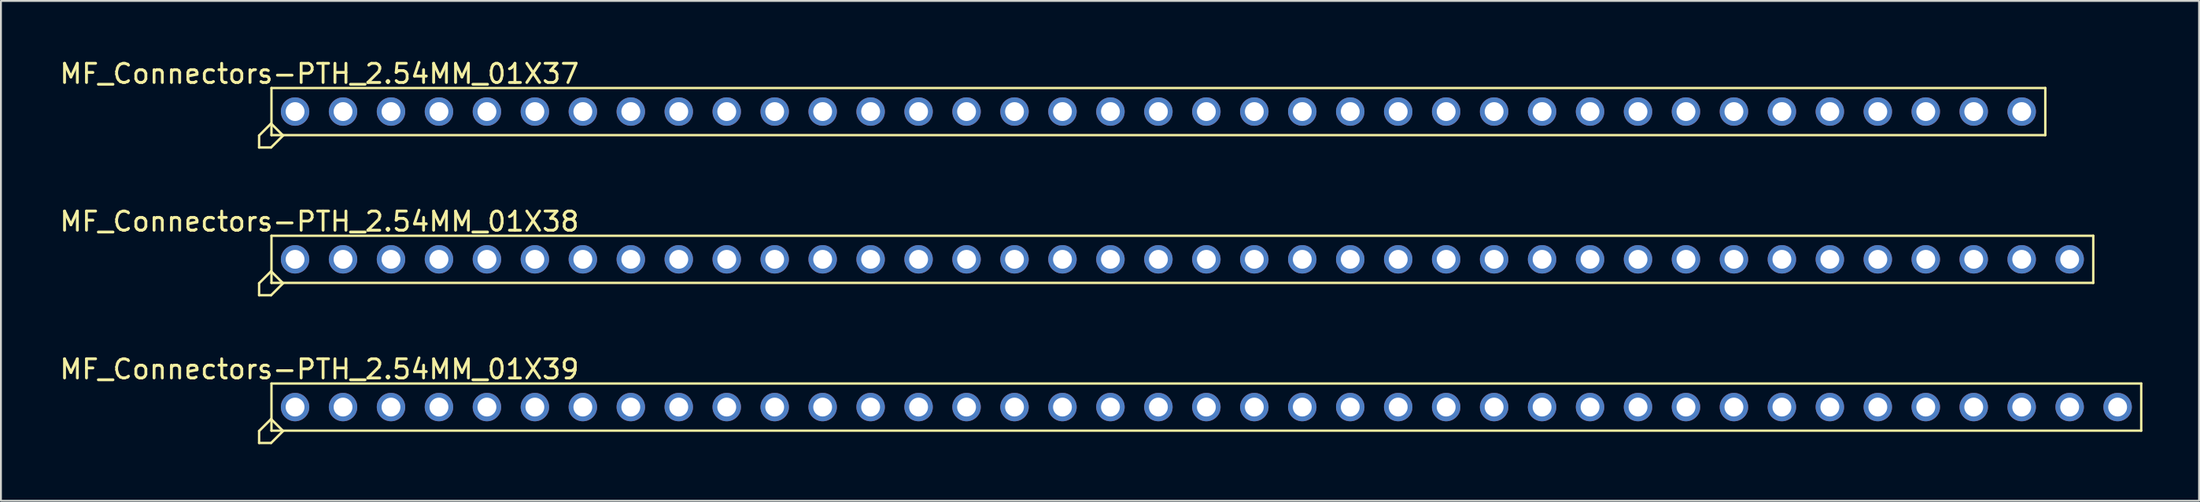
<source format=kicad_pcb>
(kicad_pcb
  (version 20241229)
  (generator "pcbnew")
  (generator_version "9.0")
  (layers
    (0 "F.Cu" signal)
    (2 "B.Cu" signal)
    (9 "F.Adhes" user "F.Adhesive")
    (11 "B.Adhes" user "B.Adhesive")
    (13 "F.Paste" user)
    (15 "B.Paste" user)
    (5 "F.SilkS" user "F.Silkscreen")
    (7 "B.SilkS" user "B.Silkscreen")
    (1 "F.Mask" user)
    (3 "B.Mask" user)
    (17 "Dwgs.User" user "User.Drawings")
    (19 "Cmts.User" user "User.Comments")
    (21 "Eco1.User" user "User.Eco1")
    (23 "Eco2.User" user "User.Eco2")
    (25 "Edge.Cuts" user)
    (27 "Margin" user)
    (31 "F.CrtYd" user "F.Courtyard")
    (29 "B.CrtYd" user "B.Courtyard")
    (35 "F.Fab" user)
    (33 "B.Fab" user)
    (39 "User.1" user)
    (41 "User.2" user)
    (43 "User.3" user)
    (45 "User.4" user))
  (footprint "MF_Connectors-PTH_2.54MM_01X38"
    (layer "F.Cu")
    (at 59.567 10.705)
    (property "Reference" "MF_Connectors-PTH_2.54MM_01X38" (at -45.7 -2.007 0) (layer "F.SilkS") (effects (font (size 1.016 1.016) (thickness 0.152))))
    (attr exclude_from_pos_files exclude_from_bom)
    (fp_line (start -48.895 1.27) (end -48.895 1.905) (stroke (width 0.127) (type solid)) (layer "F.SilkS"))
    (fp_line (start -48.895 1.905) (end -48.26 1.905) (stroke (width 0.127) (type solid)) (layer "F.SilkS"))
    (fp_line (start -48.26 0.635) (end -48.895 1.27) (stroke (width 0.127) (type solid)) (layer "F.SilkS"))
    (fp_line (start -48.26 1.905) (end -47.625 1.27) (stroke (width 0.127) (type solid)) (layer "F.SilkS"))
    (fp_line (start -48.24 -1.25) (end 48.24 -1.25) (stroke (width 0.127) (type solid)) (layer "F.SilkS"))
    (fp_line (start -48.24 1.25) (end -48.24 -1.25) (stroke (width 0.127) (type solid)) (layer "F.SilkS"))
    (fp_line (start -47.625 1.27) (end -48.26 0.635) (stroke (width 0.127) (type solid)) (layer "F.SilkS"))
    (fp_line (start 48.24 -1.25) (end 48.24 1.25) (stroke (width 0.127) (type solid)) (layer "F.SilkS"))
    (fp_line (start 48.24 1.25) (end -48.24 1.25) (stroke (width 0.127) (type solid)) (layer "F.SilkS"))
    (pad "1" thru_hole circle (at -46.99 0) (size 1.506 1.506) (drill 0.998) (layers "*.Cu" "*.Mask"))
    (pad "2" thru_hole circle (at -44.45 0) (size 1.506 1.506) (drill 0.998) (layers "*.Cu" "*.Mask"))
    (pad "3" thru_hole circle (at -41.91 0) (size 1.506 1.506) (drill 0.998) (layers "*.Cu" "*.Mask"))
    (pad "4" thru_hole circle (at -39.37 0) (size 1.506 1.506) (drill 0.998) (layers "*.Cu" "*.Mask"))
    (pad "5" thru_hole circle (at -36.83 0) (size 1.506 1.506) (drill 0.998) (layers "*.Cu" "*.Mask"))
    (pad "6" thru_hole circle (at -34.29 0) (size 1.506 1.506) (drill 0.998) (layers "*.Cu" "*.Mask"))
    (pad "7" thru_hole circle (at -31.75 0) (size 1.506 1.506) (drill 0.998) (layers "*.Cu" "*.Mask"))
    (pad "8" thru_hole circle (at -29.21 0) (size 1.506 1.506) (drill 0.998) (layers "*.Cu" "*.Mask"))
    (pad "9" thru_hole circle (at -26.67 0) (size 1.506 1.506) (drill 0.998) (layers "*.Cu" "*.Mask"))
    (pad "10" thru_hole circle (at -24.13 0) (size 1.506 1.506) (drill 0.998) (layers "*.Cu" "*.Mask"))
    (pad "11" thru_hole circle (at -21.59 0) (size 1.506 1.506) (drill 0.998) (layers "*.Cu" "*.Mask"))
    (pad "12" thru_hole circle (at -19.05 0) (size 1.506 1.506) (drill 0.998) (layers "*.Cu" "*.Mask"))
    (pad "13" thru_hole circle (at -16.51 0) (size 1.506 1.506) (drill 0.998) (layers "*.Cu" "*.Mask"))
    (pad "14" thru_hole circle (at -13.97 0) (size 1.506 1.506) (drill 0.998) (layers "*.Cu" "*.Mask"))
    (pad "15" thru_hole circle (at -11.43 0) (size 1.506 1.506) (drill 0.998) (layers "*.Cu" "*.Mask"))
    (pad "16" thru_hole circle (at -8.89 0) (size 1.506 1.506) (drill 0.998) (layers "*.Cu" "*.Mask"))
    (pad "17" thru_hole circle (at -6.35 0) (size 1.506 1.506) (drill 0.998) (layers "*.Cu" "*.Mask"))
    (pad "18" thru_hole circle (at -3.81 0) (size 1.506 1.506) (drill 0.998) (layers "*.Cu" "*.Mask"))
    (pad "19" thru_hole circle (at -1.27 0) (size 1.506 1.506) (drill 0.998) (layers "*.Cu" "*.Mask"))
    (pad "20" thru_hole circle (at 1.27 0) (size 1.506 1.506) (drill 0.998) (layers "*.Cu" "*.Mask"))
    (pad "21" thru_hole circle (at 3.81 0) (size 1.506 1.506) (drill 0.998) (layers "*.Cu" "*.Mask"))
    (pad "22" thru_hole circle (at 6.35 0) (size 1.506 1.506) (drill 0.998) (layers "*.Cu" "*.Mask"))
    (pad "23" thru_hole circle (at 8.89 0) (size 1.506 1.506) (drill 0.998) (layers "*.Cu" "*.Mask"))
    (pad "24" thru_hole circle (at 11.43 0) (size 1.506 1.506) (drill 0.998) (layers "*.Cu" "*.Mask"))
    (pad "25" thru_hole circle (at 13.97 0) (size 1.506 1.506) (drill 0.998) (layers "*.Cu" "*.Mask"))
    (pad "26" thru_hole circle (at 16.51 0) (size 1.506 1.506) (drill 0.998) (layers "*.Cu" "*.Mask"))
    (pad "27" thru_hole circle (at 19.05 0) (size 1.506 1.506) (drill 0.998) (layers "*.Cu" "*.Mask"))
    (pad "28" thru_hole circle (at 21.59 0) (size 1.506 1.506) (drill 0.998) (layers "*.Cu" "*.Mask"))
    (pad "29" thru_hole circle (at 24.13 0) (size 1.506 1.506) (drill 0.998) (layers "*.Cu" "*.Mask"))
    (pad "30" thru_hole circle (at 26.67 0) (size 1.506 1.506) (drill 0.998) (layers "*.Cu" "*.Mask"))
    (pad "31" thru_hole circle (at 29.21 0) (size 1.506 1.506) (drill 0.998) (layers "*.Cu" "*.Mask"))
    (pad "32" thru_hole circle (at 31.75 0) (size 1.506 1.506) (drill 0.998) (layers "*.Cu" "*.Mask"))
    (pad "33" thru_hole circle (at 34.29 0) (size 1.506 1.506) (drill 0.998) (layers "*.Cu" "*.Mask"))
    (pad "34" thru_hole circle (at 36.83 0) (size 1.506 1.506) (drill 0.998) (layers "*.Cu" "*.Mask"))
    (pad "35" thru_hole circle (at 39.37 0) (size 1.506 1.506) (drill 0.998) (layers "*.Cu" "*.Mask"))
    (pad "36" thru_hole circle (at 41.91 0) (size 1.506 1.506) (drill 0.998) (layers "*.Cu" "*.Mask"))
    (pad "37" thru_hole circle (at 44.45 0) (size 1.506 1.506) (drill 0.998) (layers "*.Cu" "*.Mask"))
    (pad "38" thru_hole circle (at 46.99 0) (size 1.506 1.506) (drill 0.998) (layers "*.Cu" "*.Mask")))
  (footprint "MF_Connectors-PTH_2.54MM_01X37"
    (layer "F.Cu")
    (at 58.297 2.868)
    (property "Reference" "MF_Connectors-PTH_2.54MM_01X37" (at -44.43 -2.007 0) (layer "F.SilkS") (effects (font (size 1.016 1.016) (thickness 0.152))))
    (attr exclude_from_pos_files exclude_from_bom)
    (fp_line (start -47.625 1.27) (end -47.625 1.905) (stroke (width 0.127) (type solid)) (layer "F.SilkS"))
    (fp_line (start -47.625 1.905) (end -46.99 1.905) (stroke (width 0.127) (type solid)) (layer "F.SilkS"))
    (fp_line (start -46.99 0.635) (end -47.625 1.27) (stroke (width 0.127) (type solid)) (layer "F.SilkS"))
    (fp_line (start -46.99 1.905) (end -46.355 1.27) (stroke (width 0.127) (type solid)) (layer "F.SilkS"))
    (fp_line (start -46.97 -1.25) (end 46.97 -1.25) (stroke (width 0.127) (type solid)) (layer "F.SilkS"))
    (fp_line (start -46.97 1.25) (end -46.97 -1.25) (stroke (width 0.127) (type solid)) (layer "F.SilkS"))
    (fp_line (start -46.355 1.27) (end -46.99 0.635) (stroke (width 0.127) (type solid)) (layer "F.SilkS"))
    (fp_line (start 46.97 -1.25) (end 46.97 1.25) (stroke (width 0.127) (type solid)) (layer "F.SilkS"))
    (fp_line (start 46.97 1.25) (end -46.97 1.25) (stroke (width 0.127) (type solid)) (layer "F.SilkS"))
    (pad "1" thru_hole circle (at -45.72 0) (size 1.506 1.506) (drill 0.998) (layers "*.Cu" "*.Mask"))
    (pad "2" thru_hole circle (at -43.18 0) (size 1.506 1.506) (drill 0.998) (layers "*.Cu" "*.Mask"))
    (pad "3" thru_hole circle (at -40.64 0) (size 1.506 1.506) (drill 0.998) (layers "*.Cu" "*.Mask"))
    (pad "4" thru_hole circle (at -38.1 0) (size 1.506 1.506) (drill 0.998) (layers "*.Cu" "*.Mask"))
    (pad "5" thru_hole circle (at -35.56 0) (size 1.506 1.506) (drill 0.998) (layers "*.Cu" "*.Mask"))
    (pad "6" thru_hole circle (at -33.02 0) (size 1.506 1.506) (drill 0.998) (layers "*.Cu" "*.Mask"))
    (pad "7" thru_hole circle (at -30.48 0) (size 1.506 1.506) (drill 0.998) (layers "*.Cu" "*.Mask"))
    (pad "8" thru_hole circle (at -27.94 0) (size 1.506 1.506) (drill 0.998) (layers "*.Cu" "*.Mask"))
    (pad "9" thru_hole circle (at -25.4 0) (size 1.506 1.506) (drill 0.998) (layers "*.Cu" "*.Mask"))
    (pad "10" thru_hole circle (at -22.86 0) (size 1.506 1.506) (drill 0.998) (layers "*.Cu" "*.Mask"))
    (pad "11" thru_hole circle (at -20.32 0) (size 1.506 1.506) (drill 0.998) (layers "*.Cu" "*.Mask"))
    (pad "12" thru_hole circle (at -17.78 0) (size 1.506 1.506) (drill 0.998) (layers "*.Cu" "*.Mask"))
    (pad "13" thru_hole circle (at -15.24 0) (size 1.506 1.506) (drill 0.998) (layers "*.Cu" "*.Mask"))
    (pad "14" thru_hole circle (at -12.7 0) (size 1.506 1.506) (drill 0.998) (layers "*.Cu" "*.Mask"))
    (pad "15" thru_hole circle (at -10.16 0) (size 1.506 1.506) (drill 0.998) (layers "*.Cu" "*.Mask"))
    (pad "16" thru_hole circle (at -7.62 0) (size 1.506 1.506) (drill 0.998) (layers "*.Cu" "*.Mask"))
    (pad "17" thru_hole circle (at -5.08 0) (size 1.506 1.506) (drill 0.998) (layers "*.Cu" "*.Mask"))
    (pad "18" thru_hole circle (at -2.54 0) (size 1.506 1.506) (drill 0.998) (layers "*.Cu" "*.Mask"))
    (pad "19" thru_hole circle (at 0 0) (size 1.506 1.506) (drill 0.998) (layers "*.Cu" "*.Mask"))
    (pad "20" thru_hole circle (at 2.54 0) (size 1.506 1.506) (drill 0.998) (layers "*.Cu" "*.Mask"))
    (pad "21" thru_hole circle (at 5.08 0) (size 1.506 1.506) (drill 0.998) (layers "*.Cu" "*.Mask"))
    (pad "22" thru_hole circle (at 7.62 0) (size 1.506 1.506) (drill 0.998) (layers "*.Cu" "*.Mask"))
    (pad "23" thru_hole circle (at 10.16 0) (size 1.506 1.506) (drill 0.998) (layers "*.Cu" "*.Mask"))
    (pad "24" thru_hole circle (at 12.7 0) (size 1.506 1.506) (drill 0.998) (layers "*.Cu" "*.Mask"))
    (pad "25" thru_hole circle (at 15.24 0) (size 1.506 1.506) (drill 0.998) (layers "*.Cu" "*.Mask"))
    (pad "26" thru_hole circle (at 17.78 0) (size 1.506 1.506) (drill 0.998) (layers "*.Cu" "*.Mask"))
    (pad "27" thru_hole circle (at 20.32 0) (size 1.506 1.506) (drill 0.998) (layers "*.Cu" "*.Mask"))
    (pad "28" thru_hole circle (at 22.86 0) (size 1.506 1.506) (drill 0.998) (layers "*.Cu" "*.Mask"))
    (pad "29" thru_hole circle (at 25.4 0) (size 1.506 1.506) (drill 0.998) (layers "*.Cu" "*.Mask"))
    (pad "30" thru_hole circle (at 27.94 0) (size 1.506 1.506) (drill 0.998) (layers "*.Cu" "*.Mask"))
    (pad "31" thru_hole circle (at 30.48 0) (size 1.506 1.506) (drill 0.998) (layers "*.Cu" "*.Mask"))
    (pad "32" thru_hole circle (at 33.02 0) (size 1.506 1.506) (drill 0.998) (layers "*.Cu" "*.Mask"))
    (pad "33" thru_hole circle (at 35.56 0) (size 1.506 1.506) (drill 0.998) (layers "*.Cu" "*.Mask"))
    (pad "34" thru_hole circle (at 38.1 0) (size 1.506 1.506) (drill 0.998) (layers "*.Cu" "*.Mask"))
    (pad "35" thru_hole circle (at 40.64 0) (size 1.506 1.506) (drill 0.998) (layers "*.Cu" "*.Mask"))
    (pad "36" thru_hole circle (at 43.18 0) (size 1.506 1.506) (drill 0.998) (layers "*.Cu" "*.Mask"))
    (pad "37" thru_hole circle (at 45.72 0) (size 1.506 1.506) (drill 0.998) (layers "*.Cu" "*.Mask")))
  (footprint "MF_Connectors-PTH_2.54MM_01X39"
    (layer "F.Cu")
    (at 60.837 18.542)
    (property "Reference" "MF_Connectors-PTH_2.54MM_01X39" (at -46.97 -2.007 0) (layer "F.SilkS") (effects (font (size 1.016 1.016) (thickness 0.152))))
    (attr exclude_from_pos_files exclude_from_bom)
    (fp_line (start -50.165 1.27) (end -50.165 1.905) (stroke (width 0.127) (type solid)) (layer "F.SilkS"))
    (fp_line (start -50.165 1.905) (end -49.53 1.905) (stroke (width 0.127) (type solid)) (layer "F.SilkS"))
    (fp_line (start -49.53 0.635) (end -50.165 1.27) (stroke (width 0.127) (type solid)) (layer "F.SilkS"))
    (fp_line (start -49.53 1.905) (end -48.895 1.27) (stroke (width 0.127) (type solid)) (layer "F.SilkS"))
    (fp_line (start -49.51 -1.25) (end 49.51 -1.25) (stroke (width 0.127) (type solid)) (layer "F.SilkS"))
    (fp_line (start -49.51 1.25) (end -49.51 -1.25) (stroke (width 0.127) (type solid)) (layer "F.SilkS"))
    (fp_line (start -48.895 1.27) (end -49.53 0.635) (stroke (width 0.127) (type solid)) (layer "F.SilkS"))
    (fp_line (start 49.51 -1.25) (end 49.51 1.25) (stroke (width 0.127) (type solid)) (layer "F.SilkS"))
    (fp_line (start 49.51 1.25) (end -49.51 1.25) (stroke (width 0.127) (type solid)) (layer "F.SilkS"))
    (pad "1" thru_hole circle (at -48.26 0) (size 1.506 1.506) (drill 0.998) (layers "*.Cu" "*.Mask"))
    (pad "2" thru_hole circle (at -45.72 0) (size 1.506 1.506) (drill 0.998) (layers "*.Cu" "*.Mask"))
    (pad "3" thru_hole circle (at -43.18 0) (size 1.506 1.506) (drill 0.998) (layers "*.Cu" "*.Mask"))
    (pad "4" thru_hole circle (at -40.64 0) (size 1.506 1.506) (drill 0.998) (layers "*.Cu" "*.Mask"))
    (pad "5" thru_hole circle (at -38.1 0) (size 1.506 1.506) (drill 0.998) (layers "*.Cu" "*.Mask"))
    (pad "6" thru_hole circle (at -35.56 0) (size 1.506 1.506) (drill 0.998) (layers "*.Cu" "*.Mask"))
    (pad "7" thru_hole circle (at -33.02 0) (size 1.506 1.506) (drill 0.998) (layers "*.Cu" "*.Mask"))
    (pad "8" thru_hole circle (at -30.48 0) (size 1.506 1.506) (drill 0.998) (layers "*.Cu" "*.Mask"))
    (pad "9" thru_hole circle (at -27.94 0) (size 1.506 1.506) (drill 0.998) (layers "*.Cu" "*.Mask"))
    (pad "10" thru_hole circle (at -25.4 0) (size 1.506 1.506) (drill 0.998) (layers "*.Cu" "*.Mask"))
    (pad "11" thru_hole circle (at -22.86 0) (size 1.506 1.506) (drill 0.998) (layers "*.Cu" "*.Mask"))
    (pad "12" thru_hole circle (at -20.32 0) (size 1.506 1.506) (drill 0.998) (layers "*.Cu" "*.Mask"))
    (pad "13" thru_hole circle (at -17.78 0) (size 1.506 1.506) (drill 0.998) (layers "*.Cu" "*.Mask"))
    (pad "14" thru_hole circle (at -15.24 0) (size 1.506 1.506) (drill 0.998) (layers "*.Cu" "*.Mask"))
    (pad "15" thru_hole circle (at -12.7 0) (size 1.506 1.506) (drill 0.998) (layers "*.Cu" "*.Mask"))
    (pad "16" thru_hole circle (at -10.16 0) (size 1.506 1.506) (drill 0.998) (layers "*.Cu" "*.Mask"))
    (pad "17" thru_hole circle (at -7.62 0) (size 1.506 1.506) (drill 0.998) (layers "*.Cu" "*.Mask"))
    (pad "18" thru_hole circle (at -5.08 0) (size 1.506 1.506) (drill 0.998) (layers "*.Cu" "*.Mask"))
    (pad "19" thru_hole circle (at -2.54 0) (size 1.506 1.506) (drill 0.998) (layers "*.Cu" "*.Mask"))
    (pad "20" thru_hole circle (at 0 0) (size 1.506 1.506) (drill 0.998) (layers "*.Cu" "*.Mask"))
    (pad "21" thru_hole circle (at 2.54 0) (size 1.506 1.506) (drill 0.998) (layers "*.Cu" "*.Mask"))
    (pad "22" thru_hole circle (at 5.08 0) (size 1.506 1.506) (drill 0.998) (layers "*.Cu" "*.Mask"))
    (pad "23" thru_hole circle (at 7.62 0) (size 1.506 1.506) (drill 0.998) (layers "*.Cu" "*.Mask"))
    (pad "24" thru_hole circle (at 10.16 0) (size 1.506 1.506) (drill 0.998) (layers "*.Cu" "*.Mask"))
    (pad "25" thru_hole circle (at 12.7 0) (size 1.506 1.506) (drill 0.998) (layers "*.Cu" "*.Mask"))
    (pad "26" thru_hole circle (at 15.24 0) (size 1.506 1.506) (drill 0.998) (layers "*.Cu" "*.Mask"))
    (pad "27" thru_hole circle (at 17.78 0) (size 1.506 1.506) (drill 0.998) (layers "*.Cu" "*.Mask"))
    (pad "28" thru_hole circle (at 20.32 0) (size 1.506 1.506) (drill 0.998) (layers "*.Cu" "*.Mask"))
    (pad "29" thru_hole circle (at 22.86 0) (size 1.506 1.506) (drill 0.998) (layers "*.Cu" "*.Mask"))
    (pad "30" thru_hole circle (at 25.4 0) (size 1.506 1.506) (drill 0.998) (layers "*.Cu" "*.Mask"))
    (pad "31" thru_hole circle (at 27.94 0) (size 1.506 1.506) (drill 0.998) (layers "*.Cu" "*.Mask"))
    (pad "32" thru_hole circle (at 30.48 0) (size 1.506 1.506) (drill 0.998) (layers "*.Cu" "*.Mask"))
    (pad "33" thru_hole circle (at 33.02 0) (size 1.506 1.506) (drill 0.998) (layers "*.Cu" "*.Mask"))
    (pad "34" thru_hole circle (at 35.56 0) (size 1.506 1.506) (drill 0.998) (layers "*.Cu" "*.Mask"))
    (pad "35" thru_hole circle (at 38.1 0) (size 1.506 1.506) (drill 0.998) (layers "*.Cu" "*.Mask"))
    (pad "36" thru_hole circle (at 40.64 0) (size 1.506 1.506) (drill 0.998) (layers "*.Cu" "*.Mask"))
    (pad "37" thru_hole circle (at 43.18 0) (size 1.506 1.506) (drill 0.998) (layers "*.Cu" "*.Mask"))
    (pad "38" thru_hole circle (at 45.72 0) (size 1.506 1.506) (drill 0.998) (layers "*.Cu" "*.Mask"))
    (pad "39" thru_hole circle (at 48.26 0) (size 1.506 1.506) (drill 0.998) (layers "*.Cu" "*.Mask")))
  (gr_rect
    (start -3 -3)
    (end 113.41 23.511)
    (stroke (width 0.1) (type default))
    (fill no)
    (layer "Edge.Cuts")))
</source>
